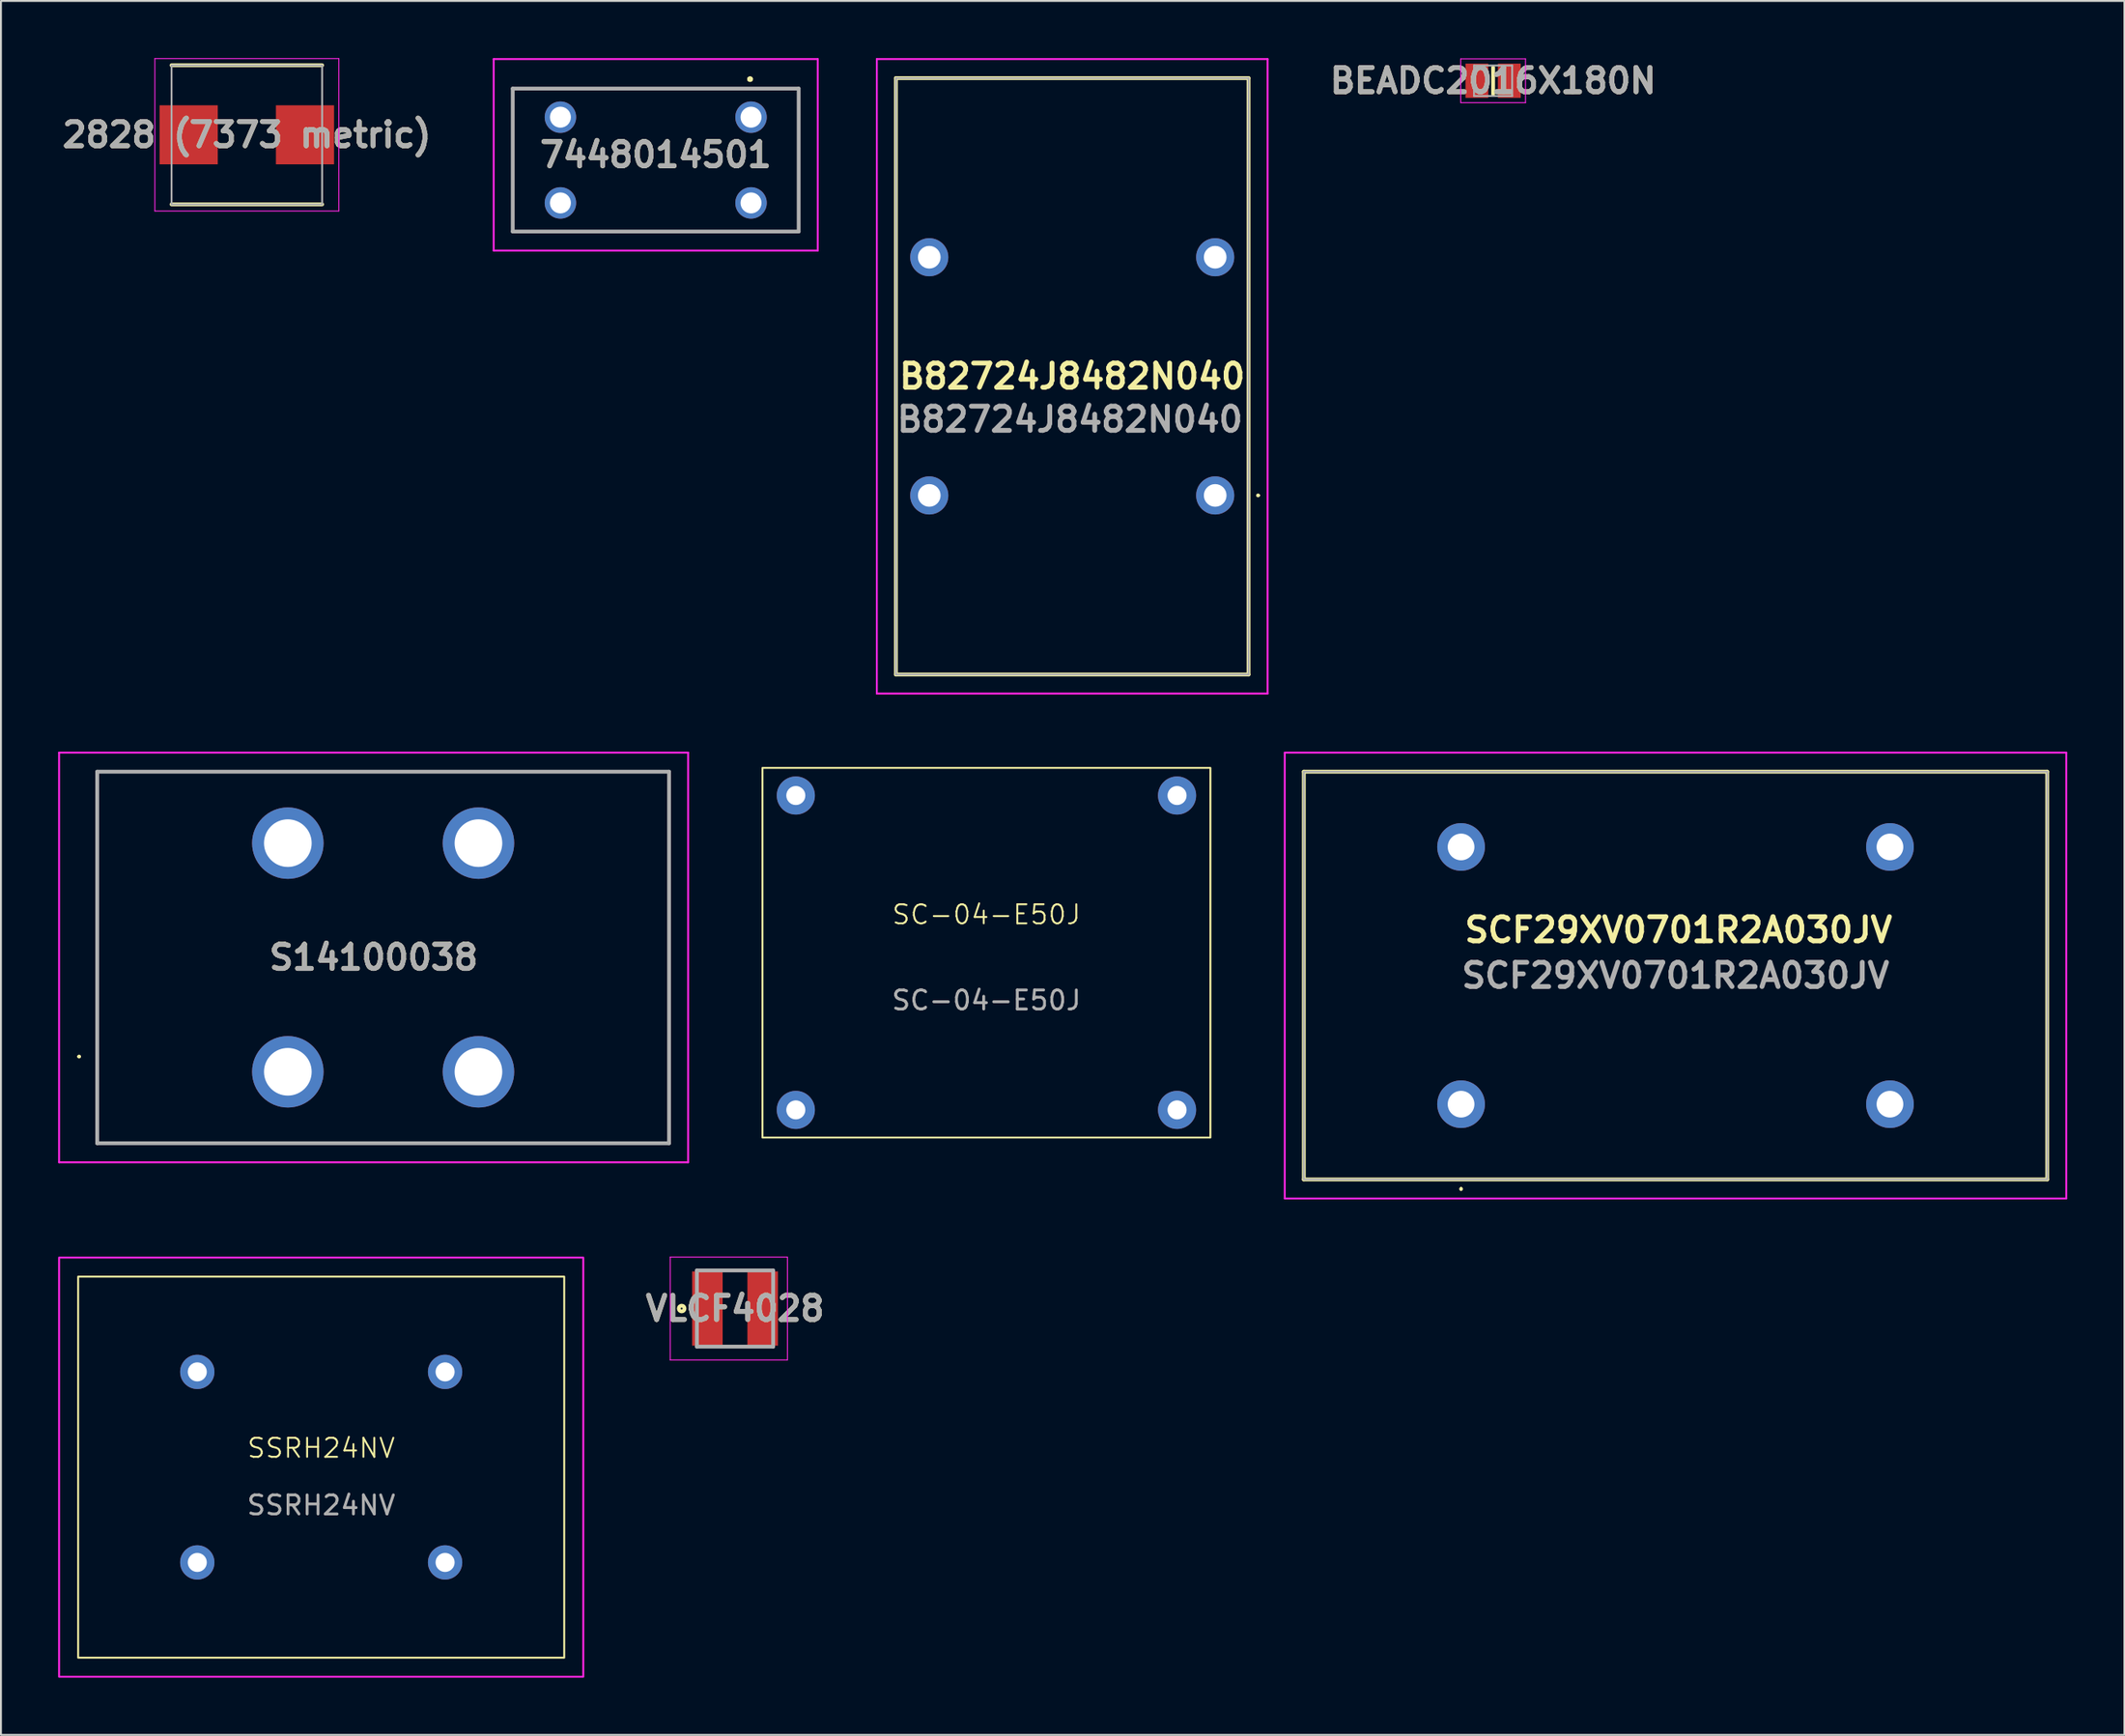
<source format=kicad_pcb>
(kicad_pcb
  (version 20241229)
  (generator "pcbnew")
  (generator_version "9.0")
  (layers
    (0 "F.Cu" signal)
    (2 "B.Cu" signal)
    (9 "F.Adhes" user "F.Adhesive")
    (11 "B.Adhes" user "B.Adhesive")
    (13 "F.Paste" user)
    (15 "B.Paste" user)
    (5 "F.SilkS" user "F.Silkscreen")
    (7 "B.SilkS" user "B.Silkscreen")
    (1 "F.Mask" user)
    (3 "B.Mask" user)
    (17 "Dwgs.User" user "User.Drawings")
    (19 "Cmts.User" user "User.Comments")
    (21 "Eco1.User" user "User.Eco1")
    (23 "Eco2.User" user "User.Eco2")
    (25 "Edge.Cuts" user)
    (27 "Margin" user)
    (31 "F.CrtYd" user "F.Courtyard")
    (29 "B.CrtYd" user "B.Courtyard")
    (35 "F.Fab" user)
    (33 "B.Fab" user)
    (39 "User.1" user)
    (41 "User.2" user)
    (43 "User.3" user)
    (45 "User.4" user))
  (footprint "B82724J8482N040"
    (layer "F.Cu")
    (at 60.7 22.95)
    (property "Reference" "B82724J8482N040" (at -7.5 -6.25 0) (layer "F.SilkS") (effects (font (size 1.27 1.27) (thickness 0.254))))
    (attr through_hole)
    (fp_line (start -16.75 -21.9) (end -16.75 9.4) (stroke (width 0.2) (type solid)) (layer "F.SilkS"))
    (fp_line (start -16.75 9.4) (end 1.75 9.4) (stroke (width 0.2) (type solid)) (layer "F.SilkS"))
    (fp_line (start 1.75 -21.9) (end -16.75 -21.9) (stroke (width 0.2) (type solid)) (layer "F.SilkS"))
    (fp_line (start 1.75 9.4) (end 1.75 -21.9) (stroke (width 0.2) (type solid)) (layer "F.SilkS"))
    (fp_line (start 2.2 0) (end 2.2 0) (stroke (width 0.1) (type solid)) (layer "F.SilkS"))
    (fp_line (start 2.3 0) (end 2.3 0) (stroke (width 0.1) (type solid)) (layer "F.SilkS"))
    (fp_arc (start 2.2 0) (mid 2.25 -0.05) (end 2.3 0) (stroke (width 0.1) (type solid)) (layer "F.SilkS"))
    (fp_arc (start 2.3 0) (mid 2.25 0.05) (end 2.2 0) (stroke (width 0.1) (type solid)) (layer "F.SilkS"))
    (fp_line (start -17.75 -22.9) (end -17.75 10.4) (stroke (width 0.1) (type solid)) (layer "F.CrtYd"))
    (fp_line (start -17.75 10.4) (end 2.75 10.4) (stroke (width 0.1) (type solid)) (layer "F.CrtYd"))
    (fp_line (start 2.75 -22.9) (end -17.75 -22.9) (stroke (width 0.1) (type solid)) (layer "F.CrtYd"))
    (fp_line (start 2.75 10.4) (end 2.75 -22.9) (stroke (width 0.1) (type solid)) (layer "F.CrtYd"))
    (fp_line (start -16.75 -21.9) (end 1.75 -21.9) (stroke (width 0.1) (type solid)) (layer "F.Fab"))
    (fp_line (start -16.75 9.4) (end -16.75 -21.9) (stroke (width 0.1) (type solid)) (layer "F.Fab"))
    (fp_line (start 1.75 -21.9) (end 1.75 9.4) (stroke (width 0.1) (type solid)) (layer "F.Fab"))
    (fp_line (start 1.75 9.4) (end -16.75 9.4) (stroke (width 0.1) (type solid)) (layer "F.Fab"))
    (fp_text user "${REFERENCE}" (at -7.62 -3.988 0) (layer "F.Fab") (effects (font (size 1.27 1.27) (thickness 0.254))))
    (pad "1" thru_hole circle (at -15 0) (size 2 2) (drill 1.19) (layers "*.Cu" "*.Mask"))
    (pad "1" thru_hole circle (at 0 0) (size 2 2) (drill 1.19) (layers "*.Cu" "*.Mask"))
    (pad "2" thru_hole circle (at -15 -12.5) (size 2 2) (drill 1.19) (layers "*.Cu" "*.Mask"))
    (pad "2" thru_hole circle (at 0 -12.5) (size 2 2) (drill 1.19) (layers "*.Cu" "*.Mask")))
  (footprint "SSRH24NV"
    (layer "F.Cu")
    (at 13.8 73.95)
    (property "Reference" "SSRH24NV" (at 0 -1 0) (unlocked yes) (layer "F.SilkS") (effects (font (size 1 1) (thickness 0.1))))
    (attr through_hole)
    (fp_rect (start -12.75 -10) (end 12.75 10) (stroke (width 0.1) (type default)) (fill no) (layer "F.SilkS"))
    (fp_rect (start -13.75 -11) (end 13.75 11) (stroke (width 0.1) (type default)) (fill no) (layer "F.CrtYd"))
    (fp_line (start -6.5 4) (end -6.5 -4) (stroke (width 0.1) (type default)) (layer "User.1"))
    (fp_line (start 6.5 -4) (end 6.5 4) (stroke (width 0.1) (type default)) (layer "User.1"))
    (fp_rect (start -7 -1.5) (end -6 1.5) (stroke (width 0.1) (type solid)) (fill no) (layer "User.1"))
    (fp_rect (start 6 -1.5) (end 7 1.5) (stroke (width 0.1) (type solid)) (fill no) (layer "User.1"))
    (fp_text user "${REFERENCE}" (at 0 2 0) (unlocked yes) (layer "F.Fab") (effects (font (size 1 1) (thickness 0.15))))
    (pad "1" thru_hole circle (at -6.5 5) (size 1.8 1.8) (drill 1) (layers "*.Cu" "*.Mask"))
    (pad "2" thru_hole circle (at 6.5 5) (size 1.8 1.8) (drill 1) (layers "*.Cu" "*.Mask"))
    (pad "3" thru_hole circle (at 6.5 -5) (size 1.8 1.8) (drill 1) (layers "*.Cu" "*.Mask"))
    (pad "4" thru_hole circle (at -6.5 -5) (size 1.8 1.8) (drill 1) (layers "*.Cu" "*.Mask")))
  (footprint "VLCF4028"
    (layer "F.Cu")
    (at 35.511 65.625)
    (property "Reference" "VLCF4028" (at 0 0 0) (layer "F.SilkS") (effects (font (size 1.27 1.27) (thickness 0.254))))
    (attr smd)
    (fp_circle (center -2.8 0) (end -2.8 0.05) (stroke (width 0.2) (type solid)) (fill no) (layer "F.SilkS"))
    (fp_line (start -3.4 -2.7) (end 2.75 -2.7) (stroke (width 0.05) (type solid)) (layer "F.CrtYd"))
    (fp_line (start -3.4 2.7) (end -3.4 -2.7) (stroke (width 0.05) (type solid)) (layer "F.CrtYd"))
    (fp_line (start 2.75 -2.7) (end 2.75 2.7) (stroke (width 0.05) (type solid)) (layer "F.CrtYd"))
    (fp_line (start 2.75 2.7) (end -3.4 2.7) (stroke (width 0.05) (type solid)) (layer "F.CrtYd"))
    (fp_line (start -2 -2) (end 2 -2) (stroke (width 0.2) (type solid)) (layer "F.Fab"))
    (fp_line (start -2 2) (end -2 -2) (stroke (width 0.2) (type solid)) (layer "F.Fab"))
    (fp_line (start 2 -2) (end 2 2) (stroke (width 0.2) (type solid)) (layer "F.Fab"))
    (fp_line (start 2 2) (end -2 2) (stroke (width 0.2) (type solid)) (layer "F.Fab"))
    (fp_text user "${REFERENCE}" (at 0 0 0) (layer "F.Fab") (effects (font (size 1.27 1.27) (thickness 0.254))))
    (pad "1" smd rect (at -1.45 0) (size 1.6 3.9) (layers "F.Cu" "F.Mask" "F.Paste"))
    (pad "2" smd rect (at 1.45 0) (size 1.6 3.9) (layers "F.Cu" "F.Mask" "F.Paste")))
  (footprint "7448014501"
    (layer "F.Cu")
    (at 36.35 3.1)
    (property "Reference" "7448014501" (at -5 1.975 0) (layer "F.SilkS") (effects (font (size 1.27 1.27) (thickness 0.254))))
    (attr through_hole)
    (fp_line (start -12.5 -1.5) (end 2.5 -1.5) (stroke (width 0.1) (type solid)) (layer "F.SilkS"))
    (fp_line (start -12.5 6) (end -12.5 -1.5) (stroke (width 0.1) (type solid)) (layer "F.SilkS"))
    (fp_line (start -0.1 -2) (end -0.1 -2) (stroke (width 0.2) (type solid)) (layer "F.SilkS"))
    (fp_line (start -0.1 -2) (end -0.1 -2) (stroke (width 0.2) (type solid)) (layer "F.SilkS"))
    (fp_line (start 0 -2) (end 0 -2) (stroke (width 0.2) (type solid)) (layer "F.SilkS"))
    (fp_line (start 2.5 -1.5) (end 2.5 6) (stroke (width 0.1) (type solid)) (layer "F.SilkS"))
    (fp_line (start 2.5 6) (end -12.5 6) (stroke (width 0.1) (type solid)) (layer "F.SilkS"))
    (fp_arc (start -0.1 -2) (mid -0.05 -2.05) (end 0 -2) (stroke (width 0.2) (type solid)) (layer "F.SilkS"))
    (fp_arc (start 0 -2) (mid -0.05 -1.95) (end -0.1 -2) (stroke (width 0.2) (type solid)) (layer "F.SilkS"))
    (fp_arc (start 0 -2) (mid -0.05 -1.95) (end -0.1 -2) (stroke (width 0.2) (type solid)) (layer "F.SilkS"))
    (fp_line (start -13.5 -3.05) (end 3.5 -3.05) (stroke (width 0.1) (type solid)) (layer "F.CrtYd"))
    (fp_line (start -13.5 7) (end -13.5 -3.05) (stroke (width 0.1) (type solid)) (layer "F.CrtYd"))
    (fp_line (start 3.5 -3.05) (end 3.5 7) (stroke (width 0.1) (type solid)) (layer "F.CrtYd"))
    (fp_line (start 3.5 7) (end -13.5 7) (stroke (width 0.1) (type solid)) (layer "F.CrtYd"))
    (fp_line (start -12.5 -1.5) (end -12.5 6) (stroke (width 0.2) (type solid)) (layer "F.Fab"))
    (fp_line (start -12.5 6) (end 2.5 6) (stroke (width 0.2) (type solid)) (layer "F.Fab"))
    (fp_line (start 2.5 -1.5) (end -12.5 -1.5) (stroke (width 0.2) (type solid)) (layer "F.Fab"))
    (fp_line (start 2.5 6) (end 2.5 -1.5) (stroke (width 0.2) (type solid)) (layer "F.Fab"))
    (fp_text user "${REFERENCE}" (at -5 1.975 0) (layer "F.Fab") (effects (font (size 1.27 1.27) (thickness 0.254))))
    (pad "1" thru_hole circle (at 0 0) (size 1.65 1.65) (drill 1.1) (layers "*.Cu" "*.Mask"))
    (pad "2" thru_hole circle (at -10 0) (size 1.65 1.65) (drill 1.1) (layers "*.Cu" "*.Mask"))
    (pad "3" thru_hole circle (at -10 4.5) (size 1.65 1.65) (drill 1.1) (layers "*.Cu" "*.Mask"))
    (pad "4" thru_hole circle (at 0 4.5) (size 1.65 1.65) (drill 1.1) (layers "*.Cu" "*.Mask")))
  (footprint "BEADC2016X180N"
    (layer "F.Cu")
    (at 75.281 1.189)
    (property "Reference" "BEADC2016X180N" (at 0 0 0) (layer "F.SilkS") (effects (font (size 1.27 1.27) (thickness 0.254))))
    (attr smd)
    (fp_line (start 0 -0.7) (end 0 0.7) (stroke (width 0.2) (type solid)) (layer "F.SilkS"))
    (fp_line (start -1.7 -1.15) (end 1.7 -1.15) (stroke (width 0.05) (type solid)) (layer "F.CrtYd"))
    (fp_line (start -1.7 1.15) (end -1.7 -1.15) (stroke (width 0.05) (type solid)) (layer "F.CrtYd"))
    (fp_line (start 1.7 -1.15) (end 1.7 1.15) (stroke (width 0.05) (type solid)) (layer "F.CrtYd"))
    (fp_line (start 1.7 1.15) (end -1.7 1.15) (stroke (width 0.05) (type solid)) (layer "F.CrtYd"))
    (fp_line (start -1 -0.8) (end 1 -0.8) (stroke (width 0.1) (type solid)) (layer "F.Fab"))
    (fp_line (start -1 0.8) (end -1 -0.8) (stroke (width 0.1) (type solid)) (layer "F.Fab"))
    (fp_line (start 1 -0.8) (end 1 0.8) (stroke (width 0.1) (type solid)) (layer "F.Fab"))
    (fp_line (start 1 0.8) (end -1 0.8) (stroke (width 0.1) (type solid)) (layer "F.Fab"))
    (fp_text user "${REFERENCE}" (at 0 0 0) (layer "F.Fab") (effects (font (size 1.27 1.27) (thickness 0.254))))
    (pad "1" smd rect (at -0.85 0) (size 1.2 1.8) (layers "F.Cu" "F.Mask" "F.Paste"))
    (pad "2" smd rect (at 0.85 0) (size 1.2 1.8) (layers "F.Cu" "F.Mask" "F.Paste")))
  (footprint "S14100038"
    (layer "F.Cu")
    (at 12.05 53.2)
    (property "Reference" "S14100038" (at 4.5 -6 0) (layer "F.SilkS") (effects (font (size 1.27 1.27) (thickness 0.254))))
    (attr through_hole)
    (fp_line (start -11 -0.8) (end -11 -0.8) (stroke (width 0.1) (type solid)) (layer "F.SilkS"))
    (fp_line (start -10.9 -0.8) (end -10.9 -0.8) (stroke (width 0.1) (type solid)) (layer "F.SilkS"))
    (fp_line (start -10 -15.75) (end -10 3.75) (stroke (width 0.1) (type solid)) (layer "F.SilkS"))
    (fp_line (start -10 3.75) (end 20 3.75) (stroke (width 0.1) (type solid)) (layer "F.SilkS"))
    (fp_line (start 20 -15.75) (end -10 -15.75) (stroke (width 0.1) (type solid)) (layer "F.SilkS"))
    (fp_line (start 20 3.75) (end 20 -15.75) (stroke (width 0.1) (type solid)) (layer "F.SilkS"))
    (fp_arc (start -11 -0.8) (mid -10.95 -0.85) (end -10.9 -0.8) (stroke (width 0.1) (type solid)) (layer "F.SilkS"))
    (fp_arc (start -10.9 -0.8) (mid -10.95 -0.75) (end -11 -0.8) (stroke (width 0.1) (type solid)) (layer "F.SilkS"))
    (fp_line (start -12 -16.75) (end 21 -16.75) (stroke (width 0.1) (type solid)) (layer "F.CrtYd"))
    (fp_line (start -12 4.75) (end -12 -16.75) (stroke (width 0.1) (type solid)) (layer "F.CrtYd"))
    (fp_line (start 21 -16.75) (end 21 4.75) (stroke (width 0.1) (type solid)) (layer "F.CrtYd"))
    (fp_line (start 21 4.75) (end -12 4.75) (stroke (width 0.1) (type solid)) (layer "F.CrtYd"))
    (fp_line (start -10 -15.75) (end -10 3.75) (stroke (width 0.2) (type solid)) (layer "F.Fab"))
    (fp_line (start -10 3.75) (end 20 3.75) (stroke (width 0.2) (type solid)) (layer "F.Fab"))
    (fp_line (start 20 -15.75) (end -10 -15.75) (stroke (width 0.2) (type solid)) (layer "F.Fab"))
    (fp_line (start 20 3.75) (end 20 -15.75) (stroke (width 0.2) (type solid)) (layer "F.Fab"))
    (fp_text user "${REFERENCE}" (at 4.5 -6 0) (layer "F.Fab") (effects (font (size 1.27 1.27) (thickness 0.254))))
    (pad "1" thru_hole circle (at 0 0) (size 3.75 3.75) (drill 2.5) (layers "*.Cu" "*.Mask"))
    (pad "2" thru_hole circle (at 10 0) (size 3.75 3.75) (drill 2.5) (layers "*.Cu" "*.Mask"))
    (pad "3" thru_hole circle (at 10 -12) (size 3.75 3.75) (drill 2.5) (layers "*.Cu" "*.Mask"))
    (pad "4" thru_hole circle (at 0 -12) (size 3.75 3.75) (drill 2.5) (layers "*.Cu" "*.Mask")))
  (footprint "SCF29XV0701R2A030JV"
    (layer "F.Cu")
    (at 73.6 54.9)
    (property "Reference" "SCF29XV0701R2A030JV" (at 11.405 -9.144 0) (layer "F.SilkS") (effects (font (size 1.27 1.27) (thickness 0.254))))
    (attr through_hole)
    (fp_line (start -8.25 -17.45) (end 30.75 -17.45) (stroke (width 0.2) (type solid)) (layer "F.SilkS"))
    (fp_line (start -8.25 3.95) (end -8.25 -17.45) (stroke (width 0.2) (type solid)) (layer "F.SilkS"))
    (fp_line (start 0 4.4) (end 0 4.4) (stroke (width 0.1) (type solid)) (layer "F.SilkS"))
    (fp_line (start 0 4.5) (end 0 4.5) (stroke (width 0.1) (type solid)) (layer "F.SilkS"))
    (fp_line (start 30.75 -17.45) (end 30.75 3.95) (stroke (width 0.2) (type solid)) (layer "F.SilkS"))
    (fp_line (start 30.75 3.95) (end -8.25 3.95) (stroke (width 0.2) (type solid)) (layer "F.SilkS"))
    (fp_arc (start 0 4.4) (mid 0.05 4.45) (end 0 4.5) (stroke (width 0.1) (type solid)) (layer "F.SilkS"))
    (fp_arc (start 0 4.5) (mid -0.05 4.45) (end 0 4.4) (stroke (width 0.1) (type solid)) (layer "F.SilkS"))
    (fp_line (start -9.25 -18.45) (end 31.75 -18.45) (stroke (width 0.1) (type solid)) (layer "F.CrtYd"))
    (fp_line (start -9.25 4.95) (end -9.25 -18.45) (stroke (width 0.1) (type solid)) (layer "F.CrtYd"))
    (fp_line (start 31.75 -18.45) (end 31.75 4.95) (stroke (width 0.1) (type solid)) (layer "F.CrtYd"))
    (fp_line (start 31.75 4.95) (end -9.25 4.95) (stroke (width 0.1) (type solid)) (layer "F.CrtYd"))
    (fp_line (start -8.25 -17.45) (end 30.75 -17.45) (stroke (width 0.1) (type solid)) (layer "F.Fab"))
    (fp_line (start -8.25 3.95) (end -8.25 -17.45) (stroke (width 0.1) (type solid)) (layer "F.Fab"))
    (fp_line (start 30.75 -17.45) (end 30.75 3.95) (stroke (width 0.1) (type solid)) (layer "F.Fab"))
    (fp_line (start 30.75 3.95) (end -8.25 3.95) (stroke (width 0.1) (type solid)) (layer "F.Fab"))
    (fp_text user "${REFERENCE}" (at 11.25 -6.75 0) (layer "F.Fab") (effects (font (size 1.27 1.27) (thickness 0.254))))
    (pad "1" thru_hole circle (at 0 0) (size 2.5 2.5) (drill 1.4) (layers "*.Cu" "*.Mask"))
    (pad "2" thru_hole circle (at 22.5 0) (size 2.5 2.5) (drill 1.4) (layers "*.Cu" "*.Mask"))
    (pad "3" thru_hole circle (at 22.5 -13.5) (size 2.5 2.5) (drill 1.4) (layers "*.Cu" "*.Mask"))
    (pad "4" thru_hole circle (at 0 -13.5) (size 2.5 2.5) (drill 1.4) (layers "*.Cu" "*.Mask")))
  (footprint "SC-04-E50J"
    (layer "F.Cu")
    (at 48.7 46.95)
    (property "Reference" "SC-04-E50J" (at 0 -2 0) (unlocked yes) (layer "F.SilkS") (effects (font (size 1 1) (thickness 0.1))))
    (attr through_hole)
    (fp_rect (start -11.75 -9.7) (end 11.75 9.7) (stroke (width 0.1) (type default)) (fill no) (layer "F.SilkS"))
    (fp_rect (start -12.55 -10.5) (end 12.55 10.5) (stroke (width 0.1) (type default)) (fill no) (layer "Margin"))
    (fp_text user "${REFERENCE}" (at 0 2.5 0) (unlocked yes) (layer "F.Fab") (effects (font (size 1 1) (thickness 0.15))))
    (pad "1" thru_hole circle (at -10 -8.25) (size 2 2) (drill 1) (layers "*.Cu" "*.Mask"))
    (pad "2" thru_hole circle (at 10 -8.25) (size 2 2) (drill 1) (layers "*.Cu" "*.Mask"))
    (pad "3" thru_hole circle (at 10 8.25) (size 2 2) (drill 1) (layers "*.Cu" "*.Mask"))
    (pad "4" thru_hole circle (at -10 8.25) (size 2 2) (drill 1) (layers "*.Cu" "*.Mask")))
  (footprint "2828 (7373 metric)"
    (layer "F.Cu")
    (at 9.9 4.025)
    (property "Reference" "2828 (7373 metric)" (at 0 0 0) (layer "F.SilkS") (effects (font (size 1.27 1.27) (thickness 0.254))))
    (attr smd)
    (fp_line (start -3.95 3.65) (end 3.95 3.65) (stroke (width 0.2) (type solid)) (layer "F.SilkS"))
    (fp_line (start 3.95 -3.65) (end -3.95 -3.65) (stroke (width 0.2) (type solid)) (layer "F.SilkS"))
    (fp_line (start -4.825 -4) (end 4.825 -4) (stroke (width 0.05) (type solid)) (layer "F.CrtYd"))
    (fp_line (start -4.825 4) (end -4.825 -4) (stroke (width 0.05) (type solid)) (layer "F.CrtYd"))
    (fp_line (start 4.825 -4) (end 4.825 4) (stroke (width 0.05) (type solid)) (layer "F.CrtYd"))
    (fp_line (start 4.825 4) (end -4.825 4) (stroke (width 0.05) (type solid)) (layer "F.CrtYd"))
    (fp_line (start -3.95 -3.65) (end 3.95 -3.65) (stroke (width 0.1) (type solid)) (layer "F.Fab"))
    (fp_line (start -3.95 3.65) (end -3.95 -3.65) (stroke (width 0.1) (type solid)) (layer "F.Fab"))
    (fp_line (start 3.95 -3.65) (end 3.95 3.65) (stroke (width 0.1) (type solid)) (layer "F.Fab"))
    (fp_line (start 3.95 3.65) (end -3.95 3.65) (stroke (width 0.1) (type solid)) (layer "F.Fab"))
    (fp_text user "${REFERENCE}" (at 0 0 0) (layer "F.Fab") (effects (font (size 1.27 1.27) (thickness 0.254))))
    (pad "1" smd rect (at -3.05 0) (size 3.05 3.1) (layers "F.Cu" "F.Mask" "F.Paste"))
    (pad "2" smd rect (at 3.05 0) (size 3.05 3.1) (layers "F.Cu" "F.Mask" "F.Paste")))
  (gr_rect
    (start -3 -3)
    (end 108.4 88)
    (stroke (width 0.1) (type default))
    (fill no)
    (layer "Edge.Cuts")))
</source>
